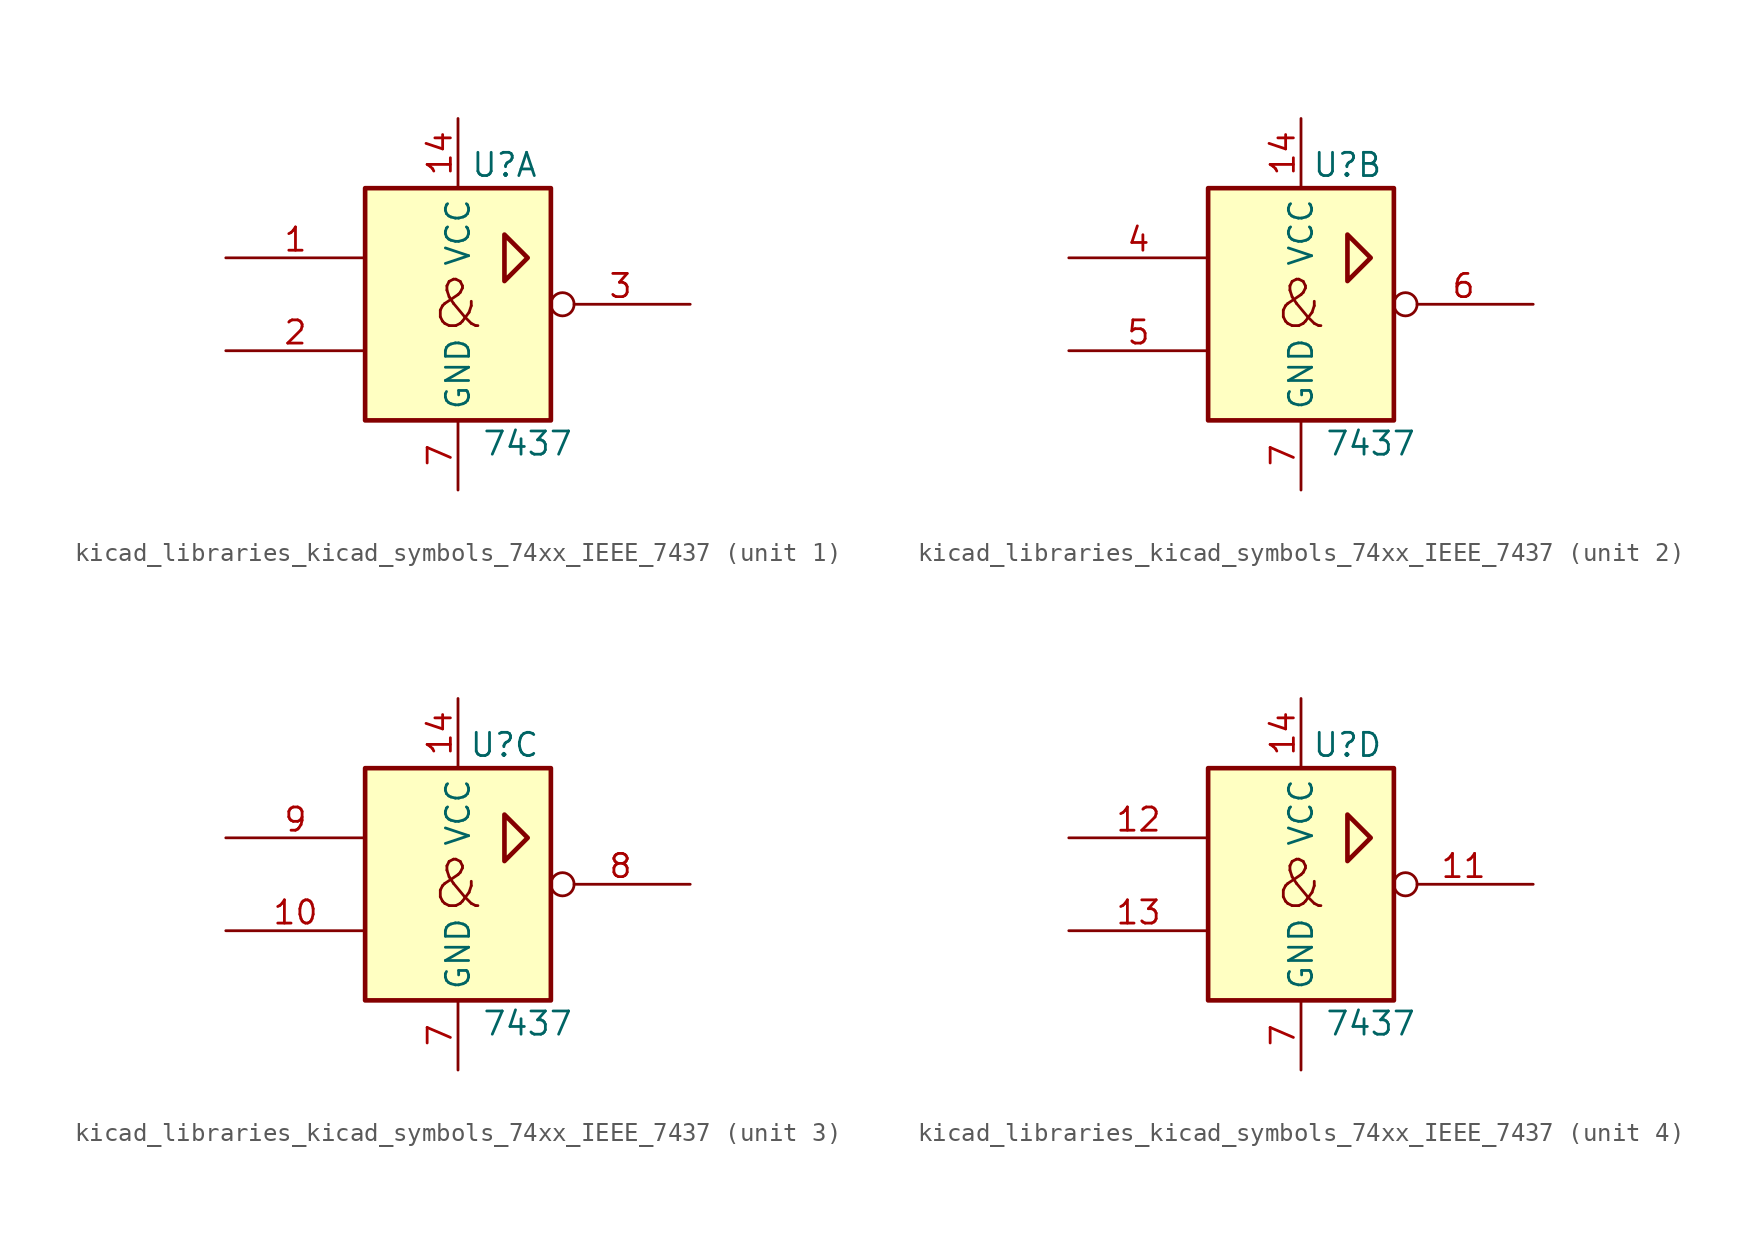
<source format=kicad_sym>
(kicad_symbol_lib
  (version 20220914)
  (generator kicad_symbol_editor)
  (symbol "kicad_libraries_kicad_symbols_74xx_IEEE_7437"
    (property "Reference" "U"
      (at 2.54 7.62 0)
      (effects (font (size 1.27 1.27))))
    (property "Value" "7437"
      (at 3.81 -7.62 0)
      (effects (font (size 1.27 1.27))))
    (symbol "kicad_libraries_kicad_symbols_74xx_IEEE_7437_0_0"
      (polyline (pts (xy 2.54 3.81) (xy 2.54 1.27) (xy 3.81 2.54) (xy 2.54 3.81) (xy 2.54 3.81)) (stroke (width 0.254) (type default)) (fill (type background)))
      (text "&" (at 0 0 0) (effects (font (size 2.54 2.54))))
      (pin power_in line (at 0 -10.16 90) (length 3.81) (name "GND" (effects (font (size 1.27 1.27)))) (number "7" (effects (font (size 1.27 1.27))))))
    (symbol "kicad_libraries_kicad_symbols_74xx_IEEE_7437_0_1"
      (rectangle (start -5.08 6.35) (end 5.08 -6.35) (stroke (width 0.254) (type default)) (fill (type background)))
      (pin power_in line (at 0 10.16 270) (length 3.81) (name "VCC" (effects (font (size 1.27 1.27)))) (number "14" (effects (font (size 1.27 1.27))))))
    (symbol "kicad_libraries_kicad_symbols_74xx_IEEE_7437_1_1"
      (pin input line (at -12.7 2.54 0) (length 7.62) (name "~" (effects (font (size 1.27 1.27)))) (number "1" (effects (font (size 1.27 1.27)))))
      (pin input line (at -12.7 -2.54 0) (length 7.62) (name "~" (effects (font (size 1.27 1.27)))) (number "2" (effects (font (size 1.27 1.27)))))
      (pin output inverted (at 12.7 0 180) (length 7.62) (name "~" (effects (font (size 1.27 1.27)))) (number "3" (effects (font (size 1.27 1.27))))))
    (symbol "kicad_libraries_kicad_symbols_74xx_IEEE_7437_2_1"
      (pin input line (at -12.7 2.54 0) (length 7.62) (name "~" (effects (font (size 1.27 1.27)))) (number "4" (effects (font (size 1.27 1.27)))))
      (pin input line (at -12.7 -2.54 0) (length 7.62) (name "~" (effects (font (size 1.27 1.27)))) (number "5" (effects (font (size 1.27 1.27)))))
      (pin output inverted (at 12.7 0 180) (length 7.62) (name "~" (effects (font (size 1.27 1.27)))) (number "6" (effects (font (size 1.27 1.27))))))
    (symbol "kicad_libraries_kicad_symbols_74xx_IEEE_7437_3_1"
      (pin input line (at -12.7 -2.54 0) (length 7.62) (name "~" (effects (font (size 1.27 1.27)))) (number "10" (effects (font (size 1.27 1.27)))))
      (pin output inverted (at 12.7 0 180) (length 7.62) (name "~" (effects (font (size 1.27 1.27)))) (number "8" (effects (font (size 1.27 1.27)))))
      (pin input line (at -12.7 2.54 0) (length 7.62) (name "~" (effects (font (size 1.27 1.27)))) (number "9" (effects (font (size 1.27 1.27))))))
    (symbol "kicad_libraries_kicad_symbols_74xx_IEEE_7437_4_1"
      (pin output inverted (at 12.7 0 180) (length 7.62) (name "~" (effects (font (size 1.27 1.27)))) (number "11" (effects (font (size 1.27 1.27)))))
      (pin input line (at -12.7 2.54 0) (length 7.62) (name "~" (effects (font (size 1.27 1.27)))) (number "12" (effects (font (size 1.27 1.27)))))
      (pin input line (at -12.7 -2.54 0) (length 7.62) (name "~" (effects (font (size 1.27 1.27)))) (number "13" (effects (font (size 1.27 1.27))))))))
</source>
